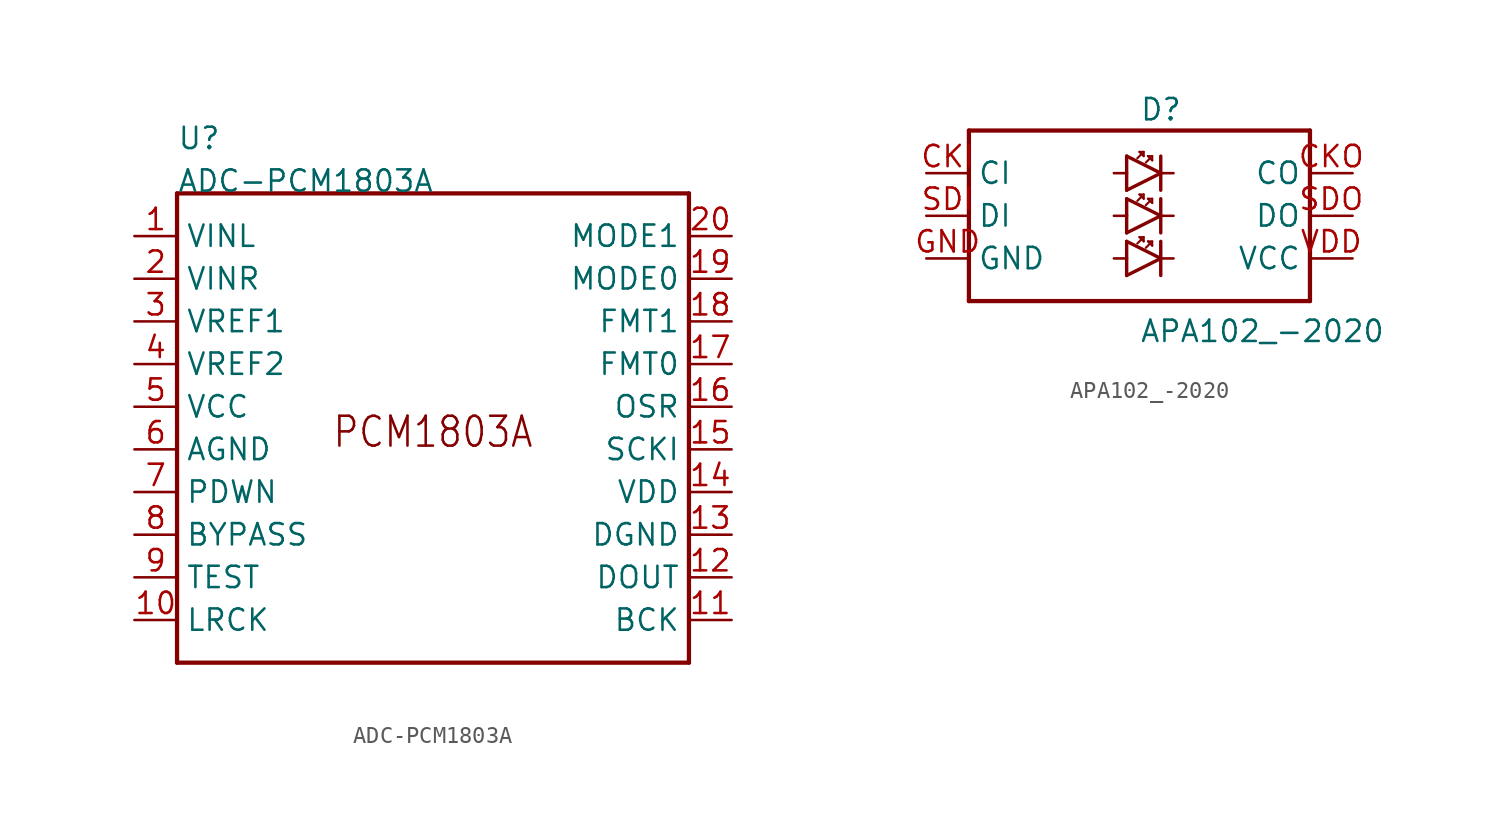
<source format=kicad_sym>
(kicad_symbol_lib
  (version 20211014)
  (generator kicad_symbol_editor)
  (symbol "ADC-PCM1803A"
    (pin_names)
    (property "Reference" "U"
      (at -15.24 15.24 0)
      (effects (font (size 1.27 1.27)) (justify left bottom)))
    (property "Value" "ADC-PCM1803A"
      (at -15.24 12.7 0)
      (effects (font (size 1.27 1.27)) (justify left bottom)))
    (property "Datasheet" ""
      (at 0 0 0))
    (property "ki_description" "PCM1803A  - IC ADC/AUDIO 24BIT 96K 20SSOP   Technical Specifications:    ADC, Audio 24 b 96k Serial 20-SSOP   24-Bit Sigma-Delta Stereo Analog-Digital Converter   Single-Ended Voltage Input: 3Vp-p   Sampling Rate: 16kHz~96kHz   Resolution: 24-bit   Supply Voltage: 3.3V(Digital) / 5V(Analog)      Component Search:  PCM1803A   Datasheet:  PCM1803A Single-Ended, Analog-Input 24-Bit, 96-kHz Stereo A/D Converter datasheet (Rev. B)  "
      (at 0 0 0))
    (property "ki_fp_filters" "FlashPCB_ICs:20-SSOP(5.3X7.2)"
      (at 0 0 0))
    (symbol "ADC-PCM1803A_1_1"
      (text "PCM1803A" (at 0 -2.54 0) (effects (font (size 1.778 1.52)) (justify bottom)))
      (polyline (pts (xy -15.24 12.7) (xy -15.24 -15.24)) (stroke (width 0.254)) (fill (type none)))
      (polyline (pts (xy -15.24 -15.24) (xy 15.24 -15.24)) (stroke (width 0.254)) (fill (type none)))
      (polyline (pts (xy 15.24 -15.24) (xy 15.24 12.7)) (stroke (width 0.254)) (fill (type none)))
      (polyline (pts (xy 15.24 12.7) (xy -15.24 12.7)) (stroke (width 0.254)) (fill (type none)))
      (pin bidirectional line (at -17.78 10.16 0) (length 2.54) (name "VINL" (effects (font (size 1.27 1.27)))) (number "1" (effects (font (size 1.27 1.27)))))
      (pin bidirectional line (at -17.78 7.62 0) (length 2.54) (name "VINR" (effects (font (size 1.27 1.27)))) (number "2" (effects (font (size 1.27 1.27)))))
      (pin bidirectional line (at -17.78 5.08 0) (length 2.54) (name "VREF1" (effects (font (size 1.27 1.27)))) (number "3" (effects (font (size 1.27 1.27)))))
      (pin bidirectional line (at -17.78 2.54 0) (length 2.54) (name "VREF2" (effects (font (size 1.27 1.27)))) (number "4" (effects (font (size 1.27 1.27)))))
      (pin bidirectional line (at -17.78 0 0) (length 2.54) (name "VCC" (effects (font (size 1.27 1.27)))) (number "5" (effects (font (size 1.27 1.27)))))
      (pin bidirectional line (at -17.78 -2.54 0) (length 2.54) (name "AGND" (effects (font (size 1.27 1.27)))) (number "6" (effects (font (size 1.27 1.27)))))
      (pin bidirectional line (at -17.78 -5.08 0) (length 2.54) (name "PDWN" (effects (font (size 1.27 1.27)))) (number "7" (effects (font (size 1.27 1.27)))))
      (pin bidirectional line (at -17.78 -7.62 0) (length 2.54) (name "BYPASS" (effects (font (size 1.27 1.27)))) (number "8" (effects (font (size 1.27 1.27)))))
      (pin bidirectional line (at -17.78 -10.16 0) (length 2.54) (name "TEST" (effects (font (size 1.27 1.27)))) (number "9" (effects (font (size 1.27 1.27)))))
      (pin bidirectional line (at -17.78 -12.7 0) (length 2.54) (name "LRCK" (effects (font (size 1.27 1.27)))) (number "10" (effects (font (size 1.27 1.27)))))
      (pin bidirectional line (at 17.78 -12.7 180) (length 2.54) (name "BCK" (effects (font (size 1.27 1.27)))) (number "11" (effects (font (size 1.27 1.27)))))
      (pin bidirectional line (at 17.78 -10.16 180) (length 2.54) (name "DOUT" (effects (font (size 1.27 1.27)))) (number "12" (effects (font (size 1.27 1.27)))))
      (pin bidirectional line (at 17.78 -7.62 180) (length 2.54) (name "DGND" (effects (font (size 1.27 1.27)))) (number "13" (effects (font (size 1.27 1.27)))))
      (pin bidirectional line (at 17.78 -5.08 180) (length 2.54) (name "VDD" (effects (font (size 1.27 1.27)))) (number "14" (effects (font (size 1.27 1.27)))))
      (pin bidirectional line (at 17.78 -2.54 180) (length 2.54) (name "SCKI" (effects (font (size 1.27 1.27)))) (number "15" (effects (font (size 1.27 1.27)))))
      (pin bidirectional line (at 17.78 0 180) (length 2.54) (name "OSR" (effects (font (size 1.27 1.27)))) (number "16" (effects (font (size 1.27 1.27)))))
      (pin bidirectional line (at 17.78 2.54 180) (length 2.54) (name "FMT0" (effects (font (size 1.27 1.27)))) (number "17" (effects (font (size 1.27 1.27)))))
      (pin bidirectional line (at 17.78 5.08 180) (length 2.54) (name "FMT1" (effects (font (size 1.27 1.27)))) (number "18" (effects (font (size 1.27 1.27)))))
      (pin bidirectional line (at 17.78 7.62 180) (length 2.54) (name "MODE0" (effects (font (size 1.27 1.27)))) (number "19" (effects (font (size 1.27 1.27)))))
      (pin bidirectional line (at 17.78 10.16 180) (length 2.54) (name "MODE1" (effects (font (size 1.27 1.27)))) (number "20" (effects (font (size 1.27 1.27)))))))
  (symbol "APA102_-2020"
    (pin_names)
    (property "Reference" "D"
      (at 0 5.588 0)
      (effects (font (size 1.27 1.27)) (justify left bottom)))
    (property "Value" "APA102_-2020"
      (at 0 -7.62 0)
      (effects (font (size 1.27 1.27)) (justify left bottom)))
    (property "Datasheet" ""
      (at 0 0 0))
    (property "ki_description" "APA102 Addressable RGB LED     Datasheets:   2020    5050 "
      (at 0 0 0))
    (property "ki_fp_filters" "FlashPCB_ICs:APA102-2020"
      (at 0 0 0))
    (symbol "APA102_-2020_1_1"
      (polyline (pts (xy -10.16 5.08) (xy -10.16 -5.08)) (stroke (width 0.254)) (fill (type none)))
      (polyline (pts (xy -10.16 -5.08) (xy 10.16 -5.08)) (stroke (width 0.254)) (fill (type none)))
      (polyline (pts (xy 10.16 -5.08) (xy 10.16 5.08)) (stroke (width 0.254)) (fill (type none)))
      (polyline (pts (xy 10.16 5.08) (xy -10.16 5.08)) (stroke (width 0.254)) (fill (type none)))
      (polyline (pts (xy -0.762 3.556) (xy 1.27 2.54)) (stroke (width 0.203)) (fill (type none)))
      (polyline (pts (xy 1.27 2.54) (xy -0.762 1.524)) (stroke (width 0.203)) (fill (type none)))
      (polyline (pts (xy 1.27 3.556) (xy 1.27 2.54)) (stroke (width 0.203)) (fill (type none)))
      (polyline (pts (xy 1.27 2.54) (xy 1.27 1.524)) (stroke (width 0.203)) (fill (type none)))
      (polyline (pts (xy -0.762 3.556) (xy -0.762 2.54)) (stroke (width 0.203)) (fill (type none)))
      (polyline (pts (xy -0.762 2.54) (xy -0.762 1.524)) (stroke (width 0.203)) (fill (type none)))
      (polyline (pts (xy 1.27 2.54) (xy 2.032 2.54)) (stroke (width 0.152)) (fill (type none)))
      (polyline (pts (xy -0.762 1.016) (xy 1.27 0)) (stroke (width 0.203)) (fill (type none)))
      (polyline (pts (xy 1.27 0) (xy -0.762 -1.016)) (stroke (width 0.203)) (fill (type none)))
      (polyline (pts (xy 1.27 1.016) (xy 1.27 0)) (stroke (width 0.203)) (fill (type none)))
      (polyline (pts (xy 1.27 0) (xy 1.27 -1.016)) (stroke (width 0.203)) (fill (type none)))
      (polyline (pts (xy -0.762 1.016) (xy -0.762 0)) (stroke (width 0.203)) (fill (type none)))
      (polyline (pts (xy -0.762 0) (xy -0.762 -1.016)) (stroke (width 0.203)) (fill (type none)))
      (polyline (pts (xy 1.27 0) (xy 2.032 0)) (stroke (width 0.152)) (fill (type none)))
      (polyline (pts (xy -0.762 -1.524) (xy 1.27 -2.54)) (stroke (width 0.203)) (fill (type none)))
      (polyline (pts (xy 1.27 -2.54) (xy -0.762 -3.556)) (stroke (width 0.203)) (fill (type none)))
      (polyline (pts (xy 1.27 -1.524) (xy 1.27 -2.54)) (stroke (width 0.203)) (fill (type none)))
      (polyline (pts (xy 1.27 -2.54) (xy 1.27 -3.556)) (stroke (width 0.203)) (fill (type none)))
      (polyline (pts (xy -0.762 -1.524) (xy -0.762 -2.54)) (stroke (width 0.203)) (fill (type none)))
      (polyline (pts (xy -0.762 -2.54) (xy -0.762 -3.556)) (stroke (width 0.203)) (fill (type none)))
      (polyline (pts (xy 1.27 -2.54) (xy 2.032 -2.54)) (stroke (width 0.152)) (fill (type none)))
      (polyline (pts (xy -1.524 2.54) (xy -0.762 2.54)) (stroke (width 0.152)) (fill (type none)))
      (polyline (pts (xy -0.762 0) (xy -1.524 0)) (stroke (width 0.152)) (fill (type none)))
      (polyline (pts (xy -0.762 -2.54) (xy -1.524 -2.54)) (stroke (width 0.152)) (fill (type none)))
      (polyline (pts (xy 0.381 -1.905) (xy 0.635 -1.651)) (stroke (width 0.127)) (fill (type none)))
      (polyline (pts (xy 0.635 -1.651) (xy 0.762 -1.778)) (stroke (width 0.127)) (fill (type none)))
      (polyline (pts (xy 0.762 -1.778) (xy 0.762 -1.524)) (stroke (width 0.127)) (fill (type none)))
      (polyline (pts (xy 0.762 -1.524) (xy 0.508 -1.524)) (stroke (width 0.127)) (fill (type none)))
      (polyline (pts (xy 0.508 -1.524) (xy 0.635 -1.651)) (stroke (width 0.127)) (fill (type none)))
      (polyline (pts (xy -0.127 -1.651) (xy 0.127 -1.397)) (stroke (width 0.127)) (fill (type none)))
      (polyline (pts (xy 0.127 -1.397) (xy 0.254 -1.524)) (stroke (width 0.127)) (fill (type none)))
      (polyline (pts (xy 0.254 -1.524) (xy 0.254 -1.27)) (stroke (width 0.127)) (fill (type none)))
      (polyline (pts (xy 0.254 -1.27) (xy 0 -1.27)) (stroke (width 0.127)) (fill (type none)))
      (polyline (pts (xy 0 -1.27) (xy 0.127 -1.397)) (stroke (width 0.127)) (fill (type none)))
      (polyline (pts (xy 0.381 0.635) (xy 0.635 0.889)) (stroke (width 0.127)) (fill (type none)))
      (polyline (pts (xy 0.635 0.889) (xy 0.762 0.762)) (stroke (width 0.127)) (fill (type none)))
      (polyline (pts (xy 0.762 0.762) (xy 0.762 1.016)) (stroke (width 0.127)) (fill (type none)))
      (polyline (pts (xy 0.762 1.016) (xy 0.508 1.016)) (stroke (width 0.127)) (fill (type none)))
      (polyline (pts (xy 0.508 1.016) (xy 0.635 0.889)) (stroke (width 0.127)) (fill (type none)))
      (polyline (pts (xy -0.127 0.889) (xy 0.127 1.143)) (stroke (width 0.127)) (fill (type none)))
      (polyline (pts (xy 0.127 1.143) (xy 0.254 1.016)) (stroke (width 0.127)) (fill (type none)))
      (polyline (pts (xy 0.254 1.016) (xy 0.254 1.27)) (stroke (width 0.127)) (fill (type none)))
      (polyline (pts (xy 0.254 1.27) (xy 0 1.27)) (stroke (width 0.127)) (fill (type none)))
      (polyline (pts (xy 0 1.27) (xy 0.127 1.143)) (stroke (width 0.127)) (fill (type none)))
      (polyline (pts (xy 0.381 3.175) (xy 0.635 3.429)) (stroke (width 0.127)) (fill (type none)))
      (polyline (pts (xy 0.635 3.429) (xy 0.762 3.302)) (stroke (width 0.127)) (fill (type none)))
      (polyline (pts (xy 0.762 3.302) (xy 0.762 3.556)) (stroke (width 0.127)) (fill (type none)))
      (polyline (pts (xy 0.762 3.556) (xy 0.508 3.556)) (stroke (width 0.127)) (fill (type none)))
      (polyline (pts (xy 0.508 3.556) (xy 0.635 3.429)) (stroke (width 0.127)) (fill (type none)))
      (polyline (pts (xy -0.127 3.429) (xy 0.127 3.683)) (stroke (width 0.127)) (fill (type none)))
      (polyline (pts (xy 0.127 3.683) (xy 0.254 3.556)) (stroke (width 0.127)) (fill (type none)))
      (polyline (pts (xy 0.254 3.556) (xy 0.254 3.81)) (stroke (width 0.127)) (fill (type none)))
      (polyline (pts (xy 0.254 3.81) (xy 0 3.81)) (stroke (width 0.127)) (fill (type none)))
      (polyline (pts (xy 0 3.81) (xy 0.127 3.683)) (stroke (width 0.127)) (fill (type none)))
      (pin bidirectional line (at 12.7 2.54 180) (length 2.54) (name "CO" (effects (font (size 1.27 1.27)))) (number "CKO" (effects (font (size 1.27 1.27)))))
      (pin bidirectional line (at -12.7 0 0) (length 2.54) (name "DI" (effects (font (size 1.27 1.27)))) (number "SDI" (effects (font (size 1.27 1.27)))))
      (pin bidirectional line (at -12.7 2.54 0) (length 2.54) (name "CI" (effects (font (size 1.27 1.27)))) (number "CKI" (effects (font (size 1.27 1.27)))))
      (pin bidirectional line (at -12.7 -2.54 0) (length 2.54) (name "GND" (effects (font (size 1.27 1.27)))) (number "GND" (effects (font (size 1.27 1.27)))))
      (pin bidirectional line (at 12.7 0 180) (length 2.54) (name "DO" (effects (font (size 1.27 1.27)))) (number "SDO" (effects (font (size 1.27 1.27)))))
      (pin bidirectional line (at 12.7 -2.54 180) (length 2.54) (name "VCC" (effects (font (size 1.27 1.27)))) (number "VDD" (effects (font (size 1.27 1.27))))))))
</source>
